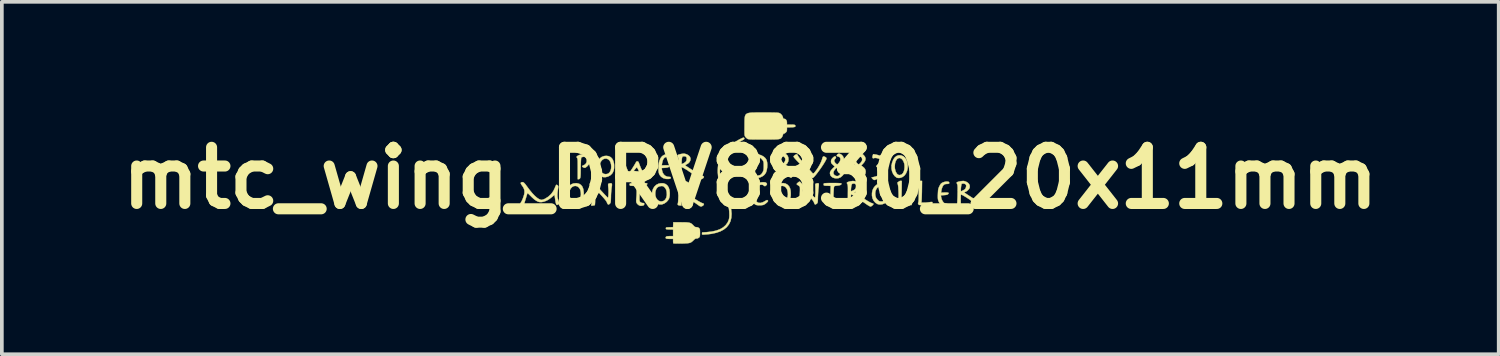
<source format=kicad_pcb>
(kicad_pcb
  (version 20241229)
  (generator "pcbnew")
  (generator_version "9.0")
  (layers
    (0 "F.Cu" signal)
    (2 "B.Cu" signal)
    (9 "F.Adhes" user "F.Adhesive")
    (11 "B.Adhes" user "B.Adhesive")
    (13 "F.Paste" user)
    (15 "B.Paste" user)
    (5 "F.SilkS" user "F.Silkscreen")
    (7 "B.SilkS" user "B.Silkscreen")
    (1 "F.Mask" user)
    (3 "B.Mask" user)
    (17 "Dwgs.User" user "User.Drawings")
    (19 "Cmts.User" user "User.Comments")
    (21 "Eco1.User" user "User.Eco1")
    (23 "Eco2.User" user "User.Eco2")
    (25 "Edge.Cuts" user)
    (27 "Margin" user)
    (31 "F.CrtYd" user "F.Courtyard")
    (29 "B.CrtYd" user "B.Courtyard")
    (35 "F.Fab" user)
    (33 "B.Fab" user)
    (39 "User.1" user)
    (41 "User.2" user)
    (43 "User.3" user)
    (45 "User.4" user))
  (footprint "mtc_wing_DRV8830_20x11mm"
    (layer "F.Cu")
    (at 17.316 1.783)
    (property "Reference" "mtc_wing_DRV8830_20x11mm" (at 0 0 0) (layer "F.SilkS") (effects (font (size 1.524 1.524) (thickness 0.3))))
    (attr through_hole)
    (fp_poly (pts (xy -3.428 0.117) (xy -3.414 0.127) (xy -3.409 0.143) (xy -3.411 0.171) (xy -3.412 0.178) (xy -3.414 0.203) (xy -3.416 0.245) (xy -3.419 0.301) (xy -3.421 0.367) (xy -3.424 0.439) (xy -3.425 0.482) (xy -3.427 0.554) (xy -3.43 0.619) (xy -3.433 0.674) (xy -3.437 0.716) (xy -3.44 0.742) (xy -3.442 0.749) (xy -3.462 0.761) (xy -3.483 0.754) (xy -3.491 0.743) (xy -3.494 0.728) (xy -3.497 0.694) (xy -3.5 0.646) (xy -3.502 0.587) (xy -3.504 0.519) (xy -3.505 0.48) (xy -3.507 0.394) (xy -3.509 0.327) (xy -3.512 0.278) (xy -3.516 0.244) (xy -3.52 0.224) (xy -3.523 0.218) (xy -3.533 0.192) (xy -3.524 0.163) (xy -3.5 0.136) (xy -3.488 0.127) (xy -3.461 0.113) (xy -3.442 0.112) (xy -3.428 0.117)) (stroke (width 0.01) (type solid)) (fill yes) (layer "F.SilkS"))
    (fp_poly (pts (xy 4.112 0.079) (xy 4.109 0.312) (xy 4.107 0.385) (xy 4.106 0.454) (xy 4.104 0.515) (xy 4.102 0.565) (xy 4.1 0.6) (xy 4.1 0.606) (xy 4.094 0.667) (xy 4.171 0.667) (xy 4.222 0.665) (xy 4.277 0.66) (xy 4.315 0.655) (xy 4.352 0.65) (xy 4.38 0.649) (xy 4.392 0.652) (xy 4.395 0.667) (xy 4.39 0.693) (xy 4.388 0.697) (xy 4.376 0.733) (xy 4.203 0.734) (xy 4.03 0.736) (xy 4.016 0.709) (xy 4.008 0.683) (xy 4.015 0.661) (xy 4.015 0.661) (xy 4.02 0.642) (xy 4.023 0.605) (xy 4.025 0.556) (xy 4.026 0.497) (xy 4.026 0.434) (xy 4.024 0.369) (xy 4.021 0.307) (xy 4.018 0.253) (xy 4.013 0.209) (xy 4.008 0.182) (xy 3.993 0.126) (xy 4.025 0.1) (xy 4.059 0.079) (xy 4.084 0.076) (xy 4.112 0.079)) (stroke (width 0.01) (type solid)) (fill yes) (layer "F.SilkS"))
    (fp_poly (pts (xy 4.662 0.079) (xy 4.659 0.307) (xy 4.658 0.379) (xy 4.656 0.448) (xy 4.654 0.51) (xy 4.652 0.561) (xy 4.65 0.596) (xy 4.65 0.601) (xy 4.644 0.667) (xy 4.721 0.667) (xy 4.772 0.665) (xy 4.828 0.66) (xy 4.866 0.655) (xy 4.903 0.65) (xy 4.93 0.649) (xy 4.942 0.652) (xy 4.945 0.667) (xy 4.94 0.693) (xy 4.939 0.697) (xy 4.927 0.733) (xy 4.753 0.734) (xy 4.689 0.735) (xy 4.642 0.734) (xy 4.611 0.733) (xy 4.59 0.73) (xy 4.577 0.726) (xy 4.569 0.719) (xy 4.563 0.711) (xy 4.553 0.688) (xy 4.558 0.669) (xy 4.56 0.666) (xy 4.565 0.647) (xy 4.569 0.61) (xy 4.571 0.561) (xy 4.572 0.502) (xy 4.573 0.439) (xy 4.571 0.374) (xy 4.569 0.313) (xy 4.566 0.258) (xy 4.561 0.215) (xy 4.556 0.19) (xy 4.541 0.132) (xy 4.573 0.103) (xy 4.607 0.08) (xy 4.634 0.076) (xy 4.662 0.079)) (stroke (width 0.01) (type solid)) (fill yes) (layer "F.SilkS"))
    (fp_poly (pts (xy -3.843 -0.594) (xy -3.789 -0.567) (xy -3.747 -0.523) (xy -3.717 -0.463) (xy -3.699 -0.388) (xy -3.696 -0.348) (xy -3.697 -0.268) (xy -3.709 -0.203) (xy -3.734 -0.147) (xy -3.758 -0.113) (xy -3.805 -0.07) (xy -3.863 -0.041) (xy -3.925 -0.025) (xy -3.986 -0.025) (xy -4.038 -0.04) (xy -4.094 -0.078) (xy -4.137 -0.131) (xy -4.166 -0.196) (xy -4.178 -0.272) (xy -4.177 -0.323) (xy -4.174 -0.34) (xy -4.09 -0.34) (xy -4.089 -0.282) (xy -4.074 -0.223) (xy -4.063 -0.2) (xy -4.029 -0.15) (xy -3.986 -0.118) (xy -3.936 -0.106) (xy -3.93 -0.106) (xy -3.892 -0.11) (xy -3.858 -0.12) (xy -3.851 -0.124) (xy -3.817 -0.156) (xy -3.792 -0.202) (xy -3.778 -0.257) (xy -3.774 -0.317) (xy -3.78 -0.376) (xy -3.795 -0.431) (xy -3.821 -0.477) (xy -3.854 -0.508) (xy -3.902 -0.527) (xy -3.948 -0.528) (xy -3.991 -0.512) (xy -4.028 -0.483) (xy -4.058 -0.443) (xy -4.08 -0.395) (xy -4.09 -0.34) (xy -4.174 -0.34) (xy -4.163 -0.404) (xy -4.133 -0.474) (xy -4.089 -0.53) (xy -4.034 -0.572) (xy -3.968 -0.597) (xy -3.907 -0.603) (xy -3.843 -0.594)) (stroke (width 0.01) (type solid)) (fill yes) (layer "F.SilkS"))
    (fp_poly (pts (xy 4.085 -0.616) (xy 4.1 -0.613) (xy 4.157 -0.588) (xy 4.204 -0.546) (xy 4.24 -0.488) (xy 4.264 -0.418) (xy 4.273 -0.348) (xy 4.271 -0.265) (xy 4.254 -0.189) (xy 4.225 -0.123) (xy 4.185 -0.069) (xy 4.135 -0.03) (xy 4.077 -0.007) (xy 4.048 -0.003) (xy 4.013 -0.003) (xy 3.983 -0.008) (xy 3.974 -0.012) (xy 3.919 -0.055) (xy 3.877 -0.113) (xy 3.848 -0.181) (xy 3.833 -0.257) (xy 3.833 -0.335) (xy 3.921 -0.335) (xy 3.924 -0.264) (xy 3.939 -0.197) (xy 3.951 -0.166) (xy 3.98 -0.117) (xy 4.015 -0.088) (xy 4.054 -0.08) (xy 4.098 -0.093) (xy 4.114 -0.102) (xy 4.143 -0.132) (xy 4.166 -0.177) (xy 4.182 -0.233) (xy 4.188 -0.295) (xy 4.186 -0.358) (xy 4.176 -0.406) (xy 4.153 -0.464) (xy 4.123 -0.507) (xy 4.088 -0.534) (xy 4.051 -0.545) (xy 4.013 -0.537) (xy 3.979 -0.511) (xy 3.949 -0.463) (xy 3.93 -0.403) (xy 3.921 -0.335) (xy 3.833 -0.335) (xy 3.833 -0.337) (xy 3.849 -0.418) (xy 3.88 -0.496) (xy 3.882 -0.501) (xy 3.922 -0.559) (xy 3.97 -0.598) (xy 4.024 -0.617) (xy 4.085 -0.616)) (stroke (width 0.01) (type solid)) (fill yes) (layer "F.SilkS"))
    (fp_poly (pts (xy -2.361 0.142) (xy -2.301 0.162) (xy -2.254 0.198) (xy -2.218 0.251) (xy -2.195 0.319) (xy -2.186 0.402) (xy -2.186 0.413) (xy -2.189 0.486) (xy -2.202 0.545) (xy -2.226 0.594) (xy -2.263 0.637) (xy -2.275 0.649) (xy -2.336 0.692) (xy -2.398 0.715) (xy -2.462 0.717) (xy -2.527 0.698) (xy -2.537 0.693) (xy -2.594 0.653) (xy -2.636 0.601) (xy -2.661 0.534) (xy -2.67 0.455) (xy -2.666 0.409) (xy -2.58 0.409) (xy -2.577 0.474) (xy -2.56 0.531) (xy -2.532 0.578) (xy -2.494 0.612) (xy -2.451 0.632) (xy -2.403 0.635) (xy -2.353 0.62) (xy -2.341 0.614) (xy -2.305 0.579) (xy -2.279 0.53) (xy -2.266 0.468) (xy -2.265 0.439) (xy -2.27 0.37) (xy -2.284 0.315) (xy -2.311 0.269) (xy -2.323 0.256) (xy -2.346 0.233) (xy -2.367 0.221) (xy -2.395 0.217) (xy -2.415 0.217) (xy -2.473 0.226) (xy -2.518 0.252) (xy -2.552 0.295) (xy -2.573 0.355) (xy -2.58 0.409) (xy -2.666 0.409) (xy -2.663 0.37) (xy -2.641 0.296) (xy -2.604 0.234) (xy -2.554 0.186) (xy -2.492 0.154) (xy -2.43 0.141) (xy -2.361 0.142)) (stroke (width 0.01) (type solid)) (fill yes) (layer "F.SilkS"))
    (fp_poly (pts (xy -2.209 -0.642) (xy -2.188 -0.631) (xy -2.18 -0.611) (xy -2.18 -0.609) (xy -2.182 -0.595) (xy -2.192 -0.587) (xy -2.213 -0.583) (xy -2.244 -0.58) (xy -2.292 -0.571) (xy -2.33 -0.551) (xy -2.358 -0.517) (xy -2.379 -0.468) (xy -2.395 -0.4) (xy -2.397 -0.386) (xy -2.403 -0.344) (xy -2.306 -0.347) (xy -2.25 -0.348) (xy -2.214 -0.345) (xy -2.196 -0.337) (xy -2.194 -0.324) (xy -2.208 -0.306) (xy -2.225 -0.294) (xy -2.249 -0.286) (xy -2.286 -0.281) (xy -2.317 -0.278) (xy -2.405 -0.272) (xy -2.398 -0.218) (xy -2.38 -0.151) (xy -2.348 -0.097) (xy -2.303 -0.058) (xy -2.248 -0.036) (xy -2.204 -0.032) (xy -2.175 -0.03) (xy -2.162 -0.024) (xy -2.159 -0.011) (xy -2.163 0.008) (xy -2.167 0.014) (xy -2.192 0.021) (xy -2.229 0.025) (xy -2.271 0.024) (xy -2.298 0.021) (xy -2.367 0.000395) (xy -2.421 -0.036) (xy -2.462 -0.087) (xy -2.478 -0.124) (xy -2.488 -0.167) (xy -2.492 -0.225) (xy -2.492 -0.29) (xy -2.488 -0.357) (xy -2.479 -0.419) (xy -2.466 -0.47) (xy -2.435 -0.541) (xy -2.394 -0.593) (xy -2.343 -0.627) (xy -2.281 -0.644) (xy -2.249 -0.646) (xy -2.209 -0.642)) (stroke (width 0.01) (type solid)) (fill yes) (layer "F.SilkS"))
    (fp_poly (pts (xy 0.96 0.151) (xy 1.011 0.181) (xy 1.02 0.189) (xy 1.056 0.231) (xy 1.08 0.281) (xy 1.094 0.342) (xy 1.098 0.392) (xy 1.099 0.464) (xy 1.091 0.522) (xy 1.073 0.571) (xy 1.044 0.616) (xy 0.997 0.663) (xy 0.94 0.697) (xy 0.878 0.715) (xy 0.815 0.717) (xy 0.757 0.701) (xy 0.756 0.7) (xy 0.702 0.664) (xy 0.661 0.614) (xy 0.633 0.554) (xy 0.618 0.488) (xy 0.617 0.452) (xy 0.705 0.452) (xy 0.719 0.513) (xy 0.748 0.568) (xy 0.784 0.607) (xy 0.824 0.629) (xy 0.872 0.635) (xy 0.92 0.627) (xy 0.942 0.617) (xy 0.966 0.597) (xy 0.989 0.567) (xy 0.996 0.557) (xy 1.013 0.509) (xy 1.021 0.451) (xy 1.018 0.388) (xy 1.006 0.329) (xy 0.997 0.305) (xy 0.967 0.257) (xy 0.927 0.226) (xy 0.881 0.212) (xy 0.832 0.217) (xy 0.793 0.236) (xy 0.75 0.277) (xy 0.721 0.329) (xy 0.706 0.389) (xy 0.705 0.452) (xy 0.617 0.452) (xy 0.616 0.418) (xy 0.627 0.349) (xy 0.653 0.283) (xy 0.692 0.225) (xy 0.719 0.199) (xy 0.776 0.162) (xy 0.838 0.141) (xy 0.9 0.137) (xy 0.96 0.151)) (stroke (width 0.01) (type solid)) (fill yes) (layer "F.SilkS"))
    (fp_poly (pts (xy 2.322 0.135) (xy 2.377 0.137) (xy 2.423 0.139) (xy 2.456 0.142) (xy 2.473 0.146) (xy 2.474 0.147) (xy 2.472 0.169) (xy 2.45 0.187) (xy 2.409 0.2) (xy 2.361 0.206) (xy 2.319 0.21) (xy 2.294 0.215) (xy 2.281 0.221) (xy 2.274 0.233) (xy 2.271 0.246) (xy 2.268 0.268) (xy 2.265 0.306) (xy 2.262 0.357) (xy 2.259 0.415) (xy 2.258 0.451) (xy 2.251 0.622) (xy 2.279 0.65) (xy 2.308 0.671) (xy 2.344 0.677) (xy 2.349 0.677) (xy 2.377 0.679) (xy 2.39 0.687) (xy 2.392 0.696) (xy 2.382 0.725) (xy 2.357 0.745) (xy 2.32 0.754) (xy 2.281 0.751) (xy 2.229 0.731) (xy 2.193 0.697) (xy 2.188 0.689) (xy 2.182 0.677) (xy 2.178 0.659) (xy 2.176 0.633) (xy 2.175 0.597) (xy 2.175 0.546) (xy 2.176 0.479) (xy 2.177 0.437) (xy 2.183 0.213) (xy 2.089 0.209) (xy 2.044 0.208) (xy 2.016 0.205) (xy 2.001 0.2) (xy 1.994 0.193) (xy 1.991 0.181) (xy 1.993 0.158) (xy 1.998 0.146) (xy 2.012 0.142) (xy 2.043 0.139) (xy 2.087 0.137) (xy 2.141 0.135) (xy 2.2 0.135) (xy 2.262 0.135) (xy 2.322 0.135)) (stroke (width 0.01) (type solid)) (fill yes) (layer "F.SilkS"))
    (fp_poly (pts (xy -4.71 0.14) (xy -4.646 0.155) (xy -4.596 0.187) (xy -4.558 0.235) (xy -4.533 0.301) (xy -4.522 0.383) (xy -4.521 0.391) (xy -4.521 0.464) (xy -4.529 0.522) (xy -4.547 0.571) (xy -4.575 0.616) (xy -4.624 0.664) (xy -4.683 0.698) (xy -4.747 0.715) (xy -4.812 0.715) (xy -4.852 0.705) (xy -4.905 0.675) (xy -4.948 0.628) (xy -4.98 0.57) (xy -5 0.502) (xy -5.004 0.432) (xy -4.916 0.432) (xy -4.905 0.499) (xy -4.876 0.559) (xy -4.847 0.595) (xy -4.821 0.619) (xy -4.797 0.631) (xy -4.769 0.635) (xy -4.757 0.635) (xy -4.72 0.631) (xy -4.686 0.622) (xy -4.678 0.617) (xy -4.654 0.597) (xy -4.63 0.567) (xy -4.623 0.557) (xy -4.606 0.51) (xy -4.598 0.452) (xy -4.6 0.391) (xy -4.61 0.333) (xy -4.624 0.299) (xy -4.657 0.252) (xy -4.699 0.224) (xy -4.745 0.213) (xy -4.793 0.219) (xy -4.837 0.243) (xy -4.876 0.285) (xy -4.886 0.301) (xy -4.91 0.365) (xy -4.916 0.432) (xy -5.004 0.432) (xy -5.004 0.429) (xy -5.003 0.419) (xy -4.988 0.338) (xy -4.958 0.269) (xy -4.915 0.213) (xy -4.861 0.171) (xy -4.797 0.146) (xy -4.726 0.139) (xy -4.71 0.14)) (stroke (width 0.01) (type solid)) (fill yes) (layer "F.SilkS"))
    (fp_poly (pts (xy 3.619 0.143) (xy 3.675 0.166) (xy 3.722 0.206) (xy 3.757 0.261) (xy 3.779 0.332) (xy 3.787 0.39) (xy 3.787 0.461) (xy 3.777 0.519) (xy 3.756 0.573) (xy 3.737 0.605) (xy 3.696 0.652) (xy 3.644 0.688) (xy 3.585 0.711) (xy 3.524 0.718) (xy 3.466 0.71) (xy 3.45 0.703) (xy 3.393 0.667) (xy 3.349 0.615) (xy 3.318 0.552) (xy 3.303 0.48) (xy 3.303 0.413) (xy 3.39 0.413) (xy 3.395 0.476) (xy 3.397 0.484) (xy 3.41 0.529) (xy 3.432 0.564) (xy 3.455 0.59) (xy 3.483 0.616) (xy 3.504 0.629) (xy 3.529 0.634) (xy 3.554 0.635) (xy 3.592 0.633) (xy 3.619 0.622) (xy 3.645 0.603) (xy 3.674 0.57) (xy 3.693 0.533) (xy 3.702 0.484) (xy 3.703 0.422) (xy 3.702 0.409) (xy 3.695 0.343) (xy 3.68 0.293) (xy 3.657 0.257) (xy 3.627 0.232) (xy 3.579 0.213) (xy 3.532 0.213) (xy 3.489 0.229) (xy 3.45 0.26) (xy 3.42 0.302) (xy 3.399 0.354) (xy 3.39 0.413) (xy 3.303 0.413) (xy 3.304 0.402) (xy 3.318 0.331) (xy 3.344 0.274) (xy 3.384 0.221) (xy 3.433 0.179) (xy 3.483 0.153) (xy 3.555 0.138) (xy 3.619 0.143)) (stroke (width 0.01) (type solid)) (fill yes) (layer "F.SilkS"))
    (fp_poly (pts (xy -4.461 -0.63) (xy -4.409 -0.604) (xy -4.372 -0.566) (xy -4.358 -0.541) (xy -4.351 -0.515) (xy -4.351 -0.48) (xy -4.352 -0.467) (xy -4.363 -0.41) (xy -4.389 -0.361) (xy -4.432 -0.315) (xy -4.451 -0.301) (xy -4.475 -0.283) (xy -4.493 -0.278) (xy -4.515 -0.283) (xy -4.527 -0.287) (xy -4.556 -0.303) (xy -4.565 -0.319) (xy -4.554 -0.334) (xy -4.535 -0.342) (xy -4.487 -0.367) (xy -4.455 -0.404) (xy -4.439 -0.45) (xy -4.442 -0.502) (xy -4.445 -0.513) (xy -4.466 -0.553) (xy -4.496 -0.574) (xy -4.535 -0.577) (xy -4.55 -0.573) (xy -4.59 -0.561) (xy -4.597 -0.48) (xy -4.599 -0.441) (xy -4.601 -0.387) (xy -4.603 -0.324) (xy -4.604 -0.255) (xy -4.604 -0.213) (xy -4.605 -0.135) (xy -4.607 -0.076) (xy -4.611 -0.033) (xy -4.617 -0.003) (xy -4.627 0.015) (xy -4.641 0.026) (xy -4.657 0.03) (xy -4.683 0.033) (xy -4.683 -0.247) (xy -4.683 -0.332) (xy -4.684 -0.398) (xy -4.684 -0.448) (xy -4.686 -0.485) (xy -4.688 -0.51) (xy -4.692 -0.528) (xy -4.696 -0.539) (xy -4.702 -0.547) (xy -4.703 -0.549) (xy -4.715 -0.567) (xy -4.712 -0.584) (xy -4.692 -0.6) (xy -4.655 -0.62) (xy -4.643 -0.625) (xy -4.582 -0.642) (xy -4.52 -0.643) (xy -4.461 -0.63)) (stroke (width 0.01) (type solid)) (fill yes) (layer "F.SilkS"))
    (fp_poly (pts (xy -2.946 0.135) (xy -2.885 0.136) (xy -2.842 0.138) (xy -2.814 0.142) (xy -2.799 0.148) (xy -2.794 0.156) (xy -2.799 0.167) (xy -2.809 0.179) (xy -2.827 0.191) (xy -2.858 0.2) (xy -2.906 0.206) (xy -2.91 0.206) (xy -2.993 0.214) (xy -2.999 0.279) (xy -3.001 0.314) (xy -3.004 0.364) (xy -3.006 0.421) (xy -3.007 0.48) (xy -3.008 0.536) (xy -3.008 0.582) (xy -3.007 0.611) (xy -2.996 0.642) (xy -2.968 0.665) (xy -2.931 0.677) (xy -2.919 0.677) (xy -2.893 0.679) (xy -2.881 0.686) (xy -2.879 0.703) (xy -2.883 0.726) (xy -2.89 0.736) (xy -2.92 0.748) (xy -2.958 0.754) (xy -2.984 0.753) (xy -3.024 0.738) (xy -3.061 0.709) (xy -3.086 0.676) (xy -3.092 0.66) (xy -3.096 0.64) (xy -3.097 0.612) (xy -3.095 0.572) (xy -3.09 0.516) (xy -3.086 0.455) (xy -3.084 0.391) (xy -3.085 0.333) (xy -3.086 0.299) (xy -3.093 0.212) (xy -3.181 0.212) (xy -3.224 0.211) (xy -3.25 0.209) (xy -3.265 0.204) (xy -3.271 0.196) (xy -3.274 0.188) (xy -3.277 0.171) (xy -3.275 0.159) (xy -3.265 0.149) (xy -3.245 0.143) (xy -3.213 0.139) (xy -3.167 0.136) (xy -3.104 0.135) (xy -3.026 0.135) (xy -2.946 0.135)) (stroke (width 0.01) (type solid)) (fill yes) (layer "F.SilkS"))
    (fp_poly (pts (xy 0.384 0.114) (xy 0.411 0.118) (xy 0.43 0.129) (xy 0.433 0.131) (xy 0.451 0.154) (xy 0.451 0.174) (xy 0.433 0.197) (xy 0.431 0.199) (xy 0.406 0.218) (xy 0.388 0.219) (xy 0.368 0.204) (xy 0.365 0.201) (xy 0.336 0.184) (xy 0.297 0.18) (xy 0.254 0.189) (xy 0.21 0.209) (xy 0.171 0.238) (xy 0.155 0.257) (xy 0.116 0.322) (xy 0.093 0.393) (xy 0.088 0.464) (xy 0.099 0.531) (xy 0.106 0.548) (xy 0.133 0.596) (xy 0.168 0.637) (xy 0.207 0.665) (xy 0.228 0.673) (xy 0.28 0.675) (xy 0.339 0.658) (xy 0.394 0.629) (xy 0.428 0.609) (xy 0.449 0.599) (xy 0.462 0.599) (xy 0.472 0.605) (xy 0.474 0.607) (xy 0.482 0.617) (xy 0.48 0.629) (xy 0.468 0.646) (xy 0.444 0.67) (xy 0.404 0.703) (xy 0.365 0.725) (xy 0.355 0.729) (xy 0.309 0.737) (xy 0.257 0.74) (xy 0.206 0.738) (xy 0.163 0.731) (xy 0.143 0.723) (xy 0.089 0.685) (xy 0.046 0.636) (xy 0.024 0.593) (xy 0.012 0.547) (xy 0.007 0.489) (xy 0.007 0.428) (xy 0.014 0.371) (xy 0.02 0.344) (xy 0.053 0.274) (xy 0.101 0.213) (xy 0.161 0.163) (xy 0.229 0.129) (xy 0.235 0.127) (xy 0.267 0.12) (xy 0.31 0.115) (xy 0.342 0.113) (xy 0.384 0.114)) (stroke (width 0.01) (type solid)) (fill yes) (layer "F.SilkS"))
    (fp_poly (pts (xy 5.362 0.096) (xy 5.388 0.105) (xy 5.396 0.114) (xy 5.402 0.138) (xy 5.391 0.152) (xy 5.361 0.158) (xy 5.35 0.159) (xy 5.314 0.161) (xy 5.282 0.167) (xy 5.276 0.169) (xy 5.244 0.192) (xy 5.217 0.234) (xy 5.196 0.294) (xy 5.183 0.36) (xy 5.177 0.397) (xy 5.273 0.393) (xy 5.329 0.393) (xy 5.365 0.396) (xy 5.382 0.404) (xy 5.383 0.418) (xy 5.369 0.435) (xy 5.353 0.447) (xy 5.329 0.455) (xy 5.292 0.46) (xy 5.26 0.463) (xy 5.173 0.469) (xy 5.18 0.518) (xy 5.194 0.572) (xy 5.217 0.623) (xy 5.245 0.662) (xy 5.268 0.68) (xy 5.298 0.693) (xy 5.338 0.703) (xy 5.359 0.706) (xy 5.398 0.713) (xy 5.421 0.724) (xy 5.424 0.739) (xy 5.415 0.749) (xy 5.387 0.761) (xy 5.343 0.765) (xy 5.29 0.762) (xy 5.286 0.762) (xy 5.221 0.746) (xy 5.171 0.718) (xy 5.133 0.675) (xy 5.106 0.619) (xy 5.098 0.594) (xy 5.093 0.565) (xy 5.091 0.527) (xy 5.091 0.475) (xy 5.092 0.437) (xy 5.095 0.378) (xy 5.098 0.335) (xy 5.103 0.302) (xy 5.111 0.275) (xy 5.122 0.246) (xy 5.126 0.238) (xy 5.144 0.202) (xy 5.162 0.171) (xy 5.173 0.155) (xy 5.202 0.132) (xy 5.24 0.114) (xy 5.283 0.101) (xy 5.326 0.095) (xy 5.362 0.096)) (stroke (width 0.01) (type solid)) (fill yes) (layer "F.SilkS"))
    (fp_poly (pts (xy 1.278 -0.636) (xy 1.287 -0.618) (xy 1.299 -0.593) (xy 1.325 -0.555) (xy 1.363 -0.504) (xy 1.414 -0.443) (xy 1.475 -0.372) (xy 1.528 -0.313) (xy 1.569 -0.268) (xy 1.608 -0.225) (xy 1.641 -0.188) (xy 1.665 -0.161) (xy 1.67 -0.155) (xy 1.687 -0.136) (xy 1.701 -0.126) (xy 1.715 -0.126) (xy 1.732 -0.138) (xy 1.754 -0.164) (xy 1.785 -0.205) (xy 1.797 -0.22) (xy 1.842 -0.287) (xy 1.883 -0.358) (xy 1.918 -0.429) (xy 1.943 -0.493) (xy 1.95 -0.517) (xy 1.962 -0.558) (xy 1.975 -0.581) (xy 1.991 -0.588) (xy 2.015 -0.582) (xy 2.029 -0.575) (xy 2.057 -0.557) (xy 2.068 -0.538) (xy 2.068 -0.533) (xy 2.062 -0.51) (xy 2.044 -0.474) (xy 2.018 -0.428) (xy 1.985 -0.375) (xy 1.947 -0.317) (xy 1.906 -0.257) (xy 1.863 -0.198) (xy 1.821 -0.141) (xy 1.782 -0.091) (xy 1.747 -0.05) (xy 1.718 -0.019) (xy 1.697 -0.003) (xy 1.69 -0.001) (xy 1.668 -0.005) (xy 1.664 -0.007) (xy 1.652 -0.02) (xy 1.651 -0.026) (xy 1.644 -0.04) (xy 1.625 -0.068) (xy 1.595 -0.105) (xy 1.558 -0.151) (xy 1.514 -0.203) (xy 1.467 -0.257) (xy 1.417 -0.312) (xy 1.369 -0.365) (xy 1.322 -0.414) (xy 1.299 -0.437) (xy 1.255 -0.482) (xy 1.219 -0.522) (xy 1.192 -0.554) (xy 1.177 -0.575) (xy 1.175 -0.581) (xy 1.184 -0.599) (xy 1.205 -0.619) (xy 1.232 -0.636) (xy 1.258 -0.645) (xy 1.263 -0.646) (xy 1.278 -0.636)) (stroke (width 0.01) (type solid)) (fill yes) (layer "F.SilkS"))
    (fp_poly (pts (xy 3.387 -0.641) (xy 3.426 -0.634) (xy 3.474 -0.621) (xy 3.526 -0.606) (xy 3.573 -0.59) (xy 3.611 -0.574) (xy 3.627 -0.565) (xy 3.646 -0.547) (xy 3.65 -0.523) (xy 3.638 -0.492) (xy 3.611 -0.45) (xy 3.593 -0.427) (xy 3.567 -0.392) (xy 3.547 -0.362) (xy 3.536 -0.341) (xy 3.535 -0.337) (xy 3.542 -0.321) (xy 3.562 -0.297) (xy 3.581 -0.279) (xy 3.609 -0.252) (xy 3.631 -0.226) (xy 3.64 -0.213) (xy 3.648 -0.177) (xy 3.637 -0.136) (xy 3.609 -0.092) (xy 3.583 -0.065) (xy 3.552 -0.041) (xy 3.512 -0.014) (xy 3.468 0.012) (xy 3.425 0.033) (xy 3.39 0.048) (xy 3.368 0.053) (xy 3.348 0.046) (xy 3.324 0.028) (xy 3.32 0.023) (xy 3.302 0.003) (xy 3.292 -0.011) (xy 3.291 -0.013) (xy 3.301 -0.018) (xy 3.325 -0.024) (xy 3.342 -0.027) (xy 3.406 -0.042) (xy 3.462 -0.065) (xy 3.506 -0.096) (xy 3.534 -0.131) (xy 3.545 -0.168) (xy 3.545 -0.17) (xy 3.542 -0.189) (xy 3.528 -0.21) (xy 3.502 -0.237) (xy 3.482 -0.256) (xy 3.452 -0.283) (xy 3.43 -0.305) (xy 3.419 -0.318) (xy 3.418 -0.319) (xy 3.425 -0.33) (xy 3.442 -0.352) (xy 3.467 -0.38) (xy 3.469 -0.383) (xy 3.509 -0.428) (xy 3.537 -0.465) (xy 3.553 -0.49) (xy 3.556 -0.499) (xy 3.547 -0.506) (xy 3.522 -0.517) (xy 3.488 -0.528) (xy 3.451 -0.538) (xy 3.417 -0.545) (xy 3.385 -0.547) (xy 3.359 -0.542) (xy 3.357 -0.541) (xy 3.334 -0.536) (xy 3.32 -0.547) (xy 3.316 -0.574) (xy 3.322 -0.605) (xy 3.335 -0.648) (xy 3.387 -0.641)) (stroke (width 0.01) (type solid)) (fill yes) (layer "F.SilkS"))
    (fp_poly (pts (xy -1.797 1.202) (xy -1.734 1.203) (xy -1.685 1.208) (xy -1.647 1.215) (xy -1.616 1.226) (xy -1.59 1.243) (xy -1.566 1.265) (xy -1.542 1.29) (xy -1.516 1.316) (xy -1.494 1.329) (xy -1.468 1.333) (xy -1.46 1.333) (xy -1.422 1.339) (xy -1.392 1.358) (xy -1.391 1.359) (xy -1.379 1.373) (xy -1.371 1.389) (xy -1.367 1.411) (xy -1.366 1.444) (xy -1.365 1.487) (xy -1.366 1.535) (xy -1.368 1.567) (xy -1.372 1.587) (xy -1.38 1.602) (xy -1.391 1.614) (xy -1.424 1.636) (xy -1.457 1.64) (xy -1.483 1.643) (xy -1.506 1.655) (xy -1.532 1.679) (xy -1.539 1.686) (xy -1.567 1.713) (xy -1.592 1.734) (xy -1.619 1.75) (xy -1.651 1.761) (xy -1.691 1.768) (xy -1.743 1.772) (xy -1.809 1.775) (xy -1.874 1.776) (xy -1.938 1.777) (xy -1.995 1.776) (xy -2.041 1.776) (xy -2.073 1.774) (xy -2.087 1.772) (xy -2.088 1.772) (xy -2.092 1.757) (xy -2.095 1.729) (xy -2.095 1.707) (xy -2.095 1.651) (xy -2.179 1.651) (xy -2.232 1.65) (xy -2.266 1.647) (xy -2.287 1.64) (xy -2.295 1.629) (xy -2.297 1.62) (xy -2.292 1.6) (xy -2.278 1.587) (xy -2.249 1.58) (xy -2.204 1.577) (xy -2.183 1.577) (xy -2.095 1.577) (xy -2.095 1.398) (xy -2.193 1.395) (xy -2.239 1.393) (xy -2.268 1.391) (xy -2.283 1.387) (xy -2.29 1.38) (xy -2.291 1.368) (xy -2.291 1.365) (xy -2.29 1.353) (xy -2.285 1.345) (xy -2.272 1.34) (xy -2.246 1.338) (xy -2.204 1.336) (xy -2.194 1.336) (xy -2.096 1.333) (xy -2.093 1.267) (xy -2.09 1.201) (xy -1.879 1.201) (xy -1.797 1.202)) (stroke (width 0.01) (type solid)) (fill yes) (layer "F.SilkS"))
    (fp_poly (pts (xy 0.238 -0.638) (xy 0.301 -0.616) (xy 0.359 -0.584) (xy 0.406 -0.543) (xy 0.438 -0.496) (xy 0.44 -0.491) (xy 0.456 -0.434) (xy 0.462 -0.364) (xy 0.459 -0.29) (xy 0.447 -0.217) (xy 0.427 -0.154) (xy 0.419 -0.138) (xy 0.382 -0.087) (xy 0.328 -0.046) (xy 0.262 -0.016) (xy 0.187 0.003) (xy 0.107 0.008) (xy 0.05 0.003) (xy 0.022 -0.008) (xy 0.013 -0.026) (xy 0.024 -0.05) (xy 0.027 -0.053) (xy 0.033 -0.063) (xy 0.038 -0.077) (xy 0.042 -0.098) (xy 0.044 -0.131) (xy 0.045 -0.177) (xy 0.046 -0.196) (xy 0.129 -0.196) (xy 0.129 -0.143) (xy 0.13 -0.103) (xy 0.131 -0.08) (xy 0.132 -0.076) (xy 0.146 -0.067) (xy 0.173 -0.064) (xy 0.208 -0.067) (xy 0.244 -0.074) (xy 0.274 -0.086) (xy 0.284 -0.091) (xy 0.305 -0.113) (xy 0.328 -0.145) (xy 0.339 -0.165) (xy 0.351 -0.191) (xy 0.359 -0.217) (xy 0.363 -0.247) (xy 0.365 -0.288) (xy 0.365 -0.33) (xy 0.365 -0.381) (xy 0.363 -0.415) (xy 0.359 -0.44) (xy 0.351 -0.459) (xy 0.339 -0.479) (xy 0.333 -0.488) (xy 0.296 -0.529) (xy 0.253 -0.559) (xy 0.209 -0.575) (xy 0.168 -0.574) (xy 0.132 -0.565) (xy 0.129 -0.328) (xy 0.129 -0.258) (xy 0.129 -0.196) (xy 0.046 -0.196) (xy 0.046 -0.24) (xy 0.046 -0.272) (xy 0.046 -0.357) (xy 0.045 -0.423) (xy 0.043 -0.473) (xy 0.038 -0.509) (xy 0.032 -0.532) (xy 0.023 -0.546) (xy 0.011 -0.553) (xy 0.009 -0.554) (xy -0.008 -0.566) (xy -0.009 -0.579) (xy 0.003 -0.592) (xy 0.03 -0.608) (xy 0.068 -0.623) (xy 0.11 -0.635) (xy 0.151 -0.643) (xy 0.175 -0.645) (xy 0.238 -0.638)) (stroke (width 0.01) (type solid)) (fill yes) (layer "F.SilkS"))
    (fp_poly (pts (xy -0.172 -1.094) (xy -0.169 -1.09) (xy -0.161 -1.074) (xy -0.163 -1.061) (xy -0.177 -1.047) (xy -0.205 -1.03) (xy -0.241 -1.012) (xy -0.378 -0.935) (xy -0.498 -0.85) (xy -0.6 -0.756) (xy -0.685 -0.655) (xy -0.75 -0.547) (xy -0.791 -0.447) (xy -0.808 -0.378) (xy -0.819 -0.296) (xy -0.825 -0.206) (xy -0.824 -0.118) (xy -0.816 -0.037) (xy -0.815 -0.034) (xy -0.797 0.053) (xy -0.768 0.152) (xy -0.73 0.26) (xy -0.685 0.371) (xy -0.661 0.423) (xy -0.596 0.577) (xy -0.549 0.719) (xy -0.52 0.85) (xy -0.508 0.969) (xy -0.515 1.077) (xy -0.539 1.174) (xy -0.581 1.259) (xy -0.64 1.333) (xy -0.718 1.396) (xy -0.813 1.447) (xy -0.926 1.486) (xy -1.056 1.514) (xy -1.126 1.523) (xy -1.176 1.528) (xy -1.223 1.532) (xy -1.259 1.534) (xy -1.27 1.535) (xy -1.298 1.534) (xy -1.31 1.528) (xy -1.311 1.513) (xy -1.31 1.505) (xy -1.307 1.476) (xy -1.191 1.469) (xy -1.051 1.454) (xy -0.929 1.428) (xy -0.824 1.39) (xy -0.737 1.34) (xy -0.668 1.279) (xy -0.615 1.206) (xy -0.592 1.155) (xy -0.579 1.117) (xy -0.572 1.077) (xy -0.568 1.027) (xy -0.568 0.99) (xy -0.571 0.909) (xy -0.581 0.829) (xy -0.599 0.747) (xy -0.627 0.658) (xy -0.664 0.56) (xy -0.713 0.449) (xy -0.721 0.432) (xy -0.778 0.301) (xy -0.822 0.181) (xy -0.853 0.069) (xy -0.873 -0.039) (xy -0.882 -0.146) (xy -0.883 -0.201) (xy -0.879 -0.296) (xy -0.869 -0.377) (xy -0.851 -0.451) (xy -0.824 -0.524) (xy -0.804 -0.566) (xy -0.738 -0.68) (xy -0.656 -0.784) (xy -0.556 -0.879) (xy -0.439 -0.965) (xy -0.302 -1.045) (xy -0.272 -1.06) (xy -0.228 -1.081) (xy -0.2 -1.093) (xy -0.182 -1.097) (xy -0.172 -1.094)) (stroke (width 0.01) (type solid)) (fill yes) (layer "F.SilkS"))
    (fp_poly (pts (xy 3.034 -0.654) (xy 3.073 -0.628) (xy 3.078 -0.623) (xy 3.113 -0.579) (xy 3.128 -0.533) (xy 3.123 -0.486) (xy 3.097 -0.436) (xy 3.06 -0.391) (xy 3.01 -0.339) (xy 3.05 -0.312) (xy 3.097 -0.27) (xy 3.125 -0.221) (xy 3.133 -0.171) (xy 3.123 -0.113) (xy 3.097 -0.065) (xy 3.056 -0.027) (xy 3.003 -0.002) (xy 2.941 0.008) (xy 2.872 0.003) (xy 2.859 -0.000031) (xy 2.827 -0.013) (xy 2.796 -0.035) (xy 2.792 -0.04) (xy 2.764 -0.081) (xy 2.754 -0.128) (xy 2.754 -0.129) (xy 2.848 -0.129) (xy 2.86 -0.094) (xy 2.887 -0.068) (xy 2.929 -0.055) (xy 2.949 -0.053) (xy 2.984 -0.061) (xy 3.014 -0.084) (xy 3.036 -0.111) (xy 3.051 -0.138) (xy 3.052 -0.143) (xy 3.051 -0.176) (xy 3.033 -0.213) (xy 3.003 -0.247) (xy 2.978 -0.265) (xy 2.941 -0.288) (xy 2.909 -0.258) (xy 2.872 -0.214) (xy 2.852 -0.17) (xy 2.848 -0.129) (xy 2.754 -0.129) (xy 2.763 -0.178) (xy 2.789 -0.226) (xy 2.832 -0.271) (xy 2.84 -0.277) (xy 2.886 -0.313) (xy 2.836 -0.357) (xy 2.798 -0.398) (xy 2.78 -0.436) (xy 2.78 -0.476) (xy 2.79 -0.504) (xy 2.812 -0.538) (xy 2.841 -0.566) (xy 2.871 -0.584) (xy 2.896 -0.588) (xy 2.899 -0.588) (xy 2.917 -0.578) (xy 2.918 -0.563) (xy 2.904 -0.539) (xy 2.895 -0.527) (xy 2.872 -0.488) (xy 2.87 -0.45) (xy 2.89 -0.413) (xy 2.901 -0.401) (xy 2.923 -0.381) (xy 2.94 -0.373) (xy 2.955 -0.377) (xy 2.975 -0.394) (xy 3.003 -0.426) (xy 3.03 -0.466) (xy 3.037 -0.501) (xy 3.031 -0.538) (xy 3.013 -0.567) (xy 2.989 -0.581) (xy 2.981 -0.582) (xy 2.955 -0.587) (xy 2.943 -0.592) (xy 2.933 -0.602) (xy 2.936 -0.618) (xy 2.941 -0.628) (xy 2.965 -0.654) (xy 2.997 -0.662) (xy 3.034 -0.654)) (stroke (width 0.01) (type solid)) (fill yes) (layer "F.SilkS"))
    (fp_poly (pts (xy -1.781 0.08) (xy -1.779 0.08) (xy -1.723 0.097) (xy -1.676 0.125) (xy -1.642 0.162) (xy -1.624 0.205) (xy -1.623 0.246) (xy -1.643 0.295) (xy -1.679 0.338) (xy -1.726 0.367) (xy -1.751 0.379) (xy -1.766 0.39) (xy -1.767 0.392) (xy -1.759 0.401) (xy -1.737 0.417) (xy -1.704 0.44) (xy -1.68 0.456) (xy -1.586 0.516) (xy -1.508 0.565) (xy -1.444 0.605) (xy -1.394 0.635) (xy -1.354 0.657) (xy -1.325 0.672) (xy -1.305 0.68) (xy -1.297 0.682) (xy -1.268 0.693) (xy -1.259 0.711) (xy -1.27 0.734) (xy -1.287 0.751) (xy -1.324 0.77) (xy -1.359 0.768) (xy -1.386 0.753) (xy -1.497 0.674) (xy -1.592 0.608) (xy -1.671 0.555) (xy -1.736 0.512) (xy -1.787 0.481) (xy -1.826 0.46) (xy -1.851 0.45) (xy -1.876 0.442) (xy -1.868 0.746) (xy -1.907 0.745) (xy -1.947 0.739) (xy -1.968 0.725) (xy -1.97 0.701) (xy -1.966 0.69) (xy -1.962 0.67) (xy -1.958 0.631) (xy -1.955 0.577) (xy -1.952 0.51) (xy -1.95 0.434) (xy -1.948 0.358) (xy -1.948 0.336) (xy -1.865 0.336) (xy -1.863 0.353) (xy -1.858 0.359) (xy -1.854 0.36) (xy -1.843 0.355) (xy -1.82 0.343) (xy -1.799 0.332) (xy -1.758 0.304) (xy -1.735 0.271) (xy -1.726 0.228) (xy -1.725 0.212) (xy -1.731 0.177) (xy -1.751 0.156) (xy -1.786 0.149) (xy -1.796 0.148) (xy -1.822 0.151) (xy -1.839 0.159) (xy -1.85 0.178) (xy -1.857 0.211) (xy -1.861 0.259) (xy -1.865 0.306) (xy -1.865 0.336) (xy -1.948 0.336) (xy -1.948 0.299) (xy -1.948 0.256) (xy -1.95 0.224) (xy -1.953 0.202) (xy -1.958 0.186) (xy -1.963 0.173) (xy -1.974 0.146) (xy -1.976 0.125) (xy -1.976 0.123) (xy -1.962 0.112) (xy -1.933 0.101) (xy -1.895 0.091) (xy -1.853 0.083) (xy -1.813 0.079) (xy -1.781 0.08)) (stroke (width 0.01) (type solid)) (fill yes) (layer "F.SilkS"))
    (fp_poly (pts (xy 1.351 0.103) (xy 1.372 0.124) (xy 1.402 0.155) (xy 1.436 0.193) (xy 1.446 0.204) (xy 1.491 0.255) (xy 1.544 0.315) (xy 1.598 0.375) (xy 1.645 0.426) (xy 1.687 0.471) (xy 1.717 0.502) (xy 1.737 0.52) (xy 1.75 0.528) (xy 1.758 0.526) (xy 1.76 0.524) (xy 1.763 0.507) (xy 1.765 0.474) (xy 1.767 0.428) (xy 1.768 0.373) (xy 1.768 0.314) (xy 1.767 0.255) (xy 1.765 0.2) (xy 1.764 0.196) (xy 1.764 0.169) (xy 1.772 0.155) (xy 1.793 0.147) (xy 1.803 0.145) (xy 1.83 0.14) (xy 1.848 0.142) (xy 1.858 0.155) (xy 1.861 0.18) (xy 1.858 0.221) (xy 1.853 0.267) (xy 1.847 0.321) (xy 1.842 0.388) (xy 1.838 0.459) (xy 1.835 0.524) (xy 1.834 0.583) (xy 1.832 0.624) (xy 1.829 0.652) (xy 1.824 0.67) (xy 1.817 0.683) (xy 1.808 0.693) (xy 1.804 0.696) (xy 1.776 0.715) (xy 1.756 0.716) (xy 1.742 0.697) (xy 1.735 0.68) (xy 1.728 0.659) (xy 1.717 0.638) (xy 1.702 0.615) (xy 1.681 0.588) (xy 1.651 0.553) (xy 1.611 0.508) (xy 1.559 0.45) (xy 1.548 0.439) (xy 1.423 0.304) (xy 1.416 0.35) (xy 1.414 0.377) (xy 1.411 0.42) (xy 1.41 0.475) (xy 1.409 0.535) (xy 1.408 0.563) (xy 1.408 0.728) (xy 1.374 0.74) (xy 1.335 0.75) (xy 1.311 0.748) (xy 1.302 0.734) (xy 1.302 0.73) (xy 1.307 0.705) (xy 1.317 0.678) (xy 1.323 0.658) (xy 1.328 0.621) (xy 1.334 0.571) (xy 1.339 0.513) (xy 1.343 0.452) (xy 1.346 0.391) (xy 1.348 0.335) (xy 1.348 0.288) (xy 1.347 0.255) (xy 1.345 0.245) (xy 1.328 0.217) (xy 1.299 0.198) (xy 1.274 0.182) (xy 1.26 0.167) (xy 1.259 0.164) (xy 1.267 0.149) (xy 1.287 0.13) (xy 1.31 0.11) (xy 1.332 0.098) (xy 1.341 0.095) (xy 1.351 0.103)) (stroke (width 0.01) (type solid)) (fill yes) (layer "F.SilkS"))
    (fp_poly (pts (xy -1.781 -0.661) (xy -1.779 -0.66) (xy -1.725 -0.644) (xy -1.677 -0.616) (xy -1.642 -0.581) (xy -1.636 -0.571) (xy -1.622 -0.525) (xy -1.628 -0.478) (xy -1.65 -0.434) (xy -1.688 -0.396) (xy -1.726 -0.374) (xy -1.751 -0.361) (xy -1.766 -0.351) (xy -1.767 -0.349) (xy -1.759 -0.34) (xy -1.737 -0.323) (xy -1.704 -0.301) (xy -1.68 -0.285) (xy -1.586 -0.225) (xy -1.508 -0.175) (xy -1.444 -0.136) (xy -1.394 -0.106) (xy -1.354 -0.084) (xy -1.325 -0.069) (xy -1.305 -0.061) (xy -1.297 -0.059) (xy -1.268 -0.048) (xy -1.259 -0.03) (xy -1.27 -0.007) (xy -1.287 0.01) (xy -1.324 0.029) (xy -1.359 0.027) (xy -1.386 0.012) (xy -1.496 -0.066) (xy -1.59 -0.132) (xy -1.669 -0.185) (xy -1.734 -0.228) (xy -1.785 -0.259) (xy -1.823 -0.28) (xy -1.85 -0.291) (xy -1.851 -0.291) (xy -1.876 -0.299) (xy -1.868 0.005) (xy -1.907 0.004) (xy -1.947 -0.002) (xy -1.968 -0.016) (xy -1.97 -0.04) (xy -1.966 -0.051) (xy -1.962 -0.071) (xy -1.958 -0.11) (xy -1.955 -0.164) (xy -1.952 -0.23) (xy -1.95 -0.307) (xy -1.948 -0.383) (xy -1.948 -0.404) (xy -1.865 -0.404) (xy -1.863 -0.388) (xy -1.858 -0.382) (xy -1.854 -0.381) (xy -1.843 -0.386) (xy -1.82 -0.398) (xy -1.799 -0.408) (xy -1.758 -0.437) (xy -1.735 -0.47) (xy -1.726 -0.513) (xy -1.725 -0.529) (xy -1.731 -0.564) (xy -1.751 -0.585) (xy -1.786 -0.592) (xy -1.796 -0.593) (xy -1.822 -0.59) (xy -1.839 -0.582) (xy -1.85 -0.563) (xy -1.857 -0.53) (xy -1.861 -0.482) (xy -1.865 -0.435) (xy -1.865 -0.404) (xy -1.948 -0.404) (xy -1.948 -0.442) (xy -1.948 -0.485) (xy -1.95 -0.517) (xy -1.953 -0.539) (xy -1.958 -0.555) (xy -1.963 -0.568) (xy -1.974 -0.595) (xy -1.976 -0.616) (xy -1.976 -0.618) (xy -1.962 -0.629) (xy -1.933 -0.64) (xy -1.895 -0.65) (xy -1.853 -0.658) (xy -1.813 -0.662) (xy -1.781 -0.661)) (stroke (width 0.01) (type solid)) (fill yes) (layer "F.SilkS"))
    (fp_poly (pts (xy 0.968 -0.648) (xy 1.005 -0.617) (xy 1.028 -0.571) (xy 1.037 -0.512) (xy 1.037 -0.51) (xy 1.029 -0.448) (xy 1.004 -0.397) (xy 0.96 -0.356) (xy 0.927 -0.336) (xy 0.897 -0.321) (xy 1.025 -0.189) (xy 1.071 -0.141) (xy 1.104 -0.106) (xy 1.126 -0.081) (xy 1.138 -0.063) (xy 1.143 -0.051) (xy 1.142 -0.042) (xy 1.137 -0.034) (xy 1.122 -0.017) (xy 1.106 -0.01) (xy 1.087 -0.015) (xy 1.062 -0.031) (xy 1.029 -0.061) (xy 0.986 -0.106) (xy 0.958 -0.137) (xy 0.91 -0.189) (xy 0.874 -0.227) (xy 0.848 -0.253) (xy 0.828 -0.268) (xy 0.814 -0.274) (xy 0.809 -0.275) (xy 0.807 -0.265) (xy 0.806 -0.238) (xy 0.805 -0.198) (xy 0.804 -0.148) (xy 0.804 -0.138) (xy 0.804 -0.082) (xy 0.803 -0.043) (xy 0.801 -0.019) (xy 0.798 -0.007) (xy 0.792 -0.001) (xy 0.782 -0.001) (xy 0.781 -0.001) (xy 0.75 -0.005) (xy 0.734 -0.011) (xy 0.712 -0.022) (xy 0.705 -0.038) (xy 0.709 -0.065) (xy 0.714 -0.08) (xy 0.721 -0.108) (xy 0.725 -0.15) (xy 0.729 -0.202) (xy 0.731 -0.261) (xy 0.731 -0.323) (xy 0.73 -0.383) (xy 0.728 -0.434) (xy 0.815 -0.434) (xy 0.817 -0.396) (xy 0.819 -0.367) (xy 0.822 -0.351) (xy 0.824 -0.349) (xy 0.837 -0.355) (xy 0.861 -0.37) (xy 0.876 -0.381) (xy 0.918 -0.419) (xy 0.944 -0.462) (xy 0.953 -0.504) (xy 0.944 -0.543) (xy 0.927 -0.567) (xy 0.906 -0.584) (xy 0.89 -0.593) (xy 0.889 -0.593) (xy 0.867 -0.587) (xy 0.841 -0.573) (xy 0.823 -0.557) (xy 0.823 -0.557) (xy 0.819 -0.541) (xy 0.817 -0.512) (xy 0.815 -0.474) (xy 0.815 -0.434) (xy 0.728 -0.434) (xy 0.728 -0.438) (xy 0.725 -0.483) (xy 0.72 -0.515) (xy 0.714 -0.53) (xy 0.702 -0.55) (xy 0.708 -0.574) (xy 0.73 -0.598) (xy 0.765 -0.622) (xy 0.813 -0.643) (xy 0.863 -0.657) (xy 0.92 -0.661) (xy 0.968 -0.648)) (stroke (width 0.01) (type solid)) (fill yes) (layer "F.SilkS"))
    (fp_poly (pts (xy 2.453 -0.649) (xy 2.487 -0.625) (xy 2.515 -0.591) (xy 2.534 -0.553) (xy 2.54 -0.518) (xy 2.537 -0.49) (xy 2.525 -0.461) (xy 2.503 -0.429) (xy 2.467 -0.389) (xy 2.462 -0.383) (xy 2.438 -0.357) (xy 2.428 -0.342) (xy 2.429 -0.333) (xy 2.437 -0.327) (xy 2.491 -0.287) (xy 2.527 -0.241) (xy 2.545 -0.192) (xy 2.544 -0.141) (xy 2.523 -0.09) (xy 2.505 -0.067) (xy 2.453 -0.022) (xy 2.394 0.003) (xy 2.327 0.008) (xy 2.278 0.000307) (xy 2.225 -0.021) (xy 2.187 -0.057) (xy 2.173 -0.082) (xy 2.162 -0.124) (xy 2.164 -0.142) (xy 2.254 -0.142) (xy 2.264 -0.107) (xy 2.289 -0.077) (xy 2.326 -0.058) (xy 2.357 -0.053) (xy 2.386 -0.057) (xy 2.412 -0.073) (xy 2.43 -0.091) (xy 2.458 -0.128) (xy 2.466 -0.159) (xy 2.457 -0.191) (xy 2.435 -0.225) (xy 2.403 -0.256) (xy 2.382 -0.269) (xy 2.359 -0.278) (xy 2.342 -0.274) (xy 2.331 -0.266) (xy 2.297 -0.234) (xy 2.271 -0.195) (xy 2.256 -0.157) (xy 2.254 -0.142) (xy 2.164 -0.142) (xy 2.166 -0.163) (xy 2.186 -0.203) (xy 2.225 -0.248) (xy 2.232 -0.255) (xy 2.292 -0.314) (xy 2.241 -0.361) (xy 2.213 -0.389) (xy 2.198 -0.41) (xy 2.192 -0.432) (xy 2.191 -0.453) (xy 2.195 -0.488) (xy 2.211 -0.518) (xy 2.224 -0.534) (xy 2.259 -0.569) (xy 2.287 -0.586) (xy 2.31 -0.587) (xy 2.312 -0.586) (xy 2.326 -0.572) (xy 2.324 -0.549) (xy 2.307 -0.523) (xy 2.302 -0.519) (xy 2.28 -0.488) (xy 2.279 -0.456) (xy 2.298 -0.422) (xy 2.311 -0.406) (xy 2.334 -0.385) (xy 2.352 -0.372) (xy 2.357 -0.37) (xy 2.373 -0.379) (xy 2.395 -0.4) (xy 2.416 -0.428) (xy 2.434 -0.458) (xy 2.437 -0.466) (xy 2.447 -0.507) (xy 2.442 -0.543) (xy 2.424 -0.569) (xy 2.405 -0.578) (xy 2.368 -0.589) (xy 2.349 -0.601) (xy 2.346 -0.617) (xy 2.35 -0.625) (xy 2.369 -0.647) (xy 2.386 -0.658) (xy 2.418 -0.662) (xy 2.453 -0.649)) (stroke (width 0.01) (type solid)) (fill yes) (layer "F.SilkS"))
    (fp_poly (pts (xy -4.267 0.103) (xy -4.246 0.123) (xy -4.218 0.153) (xy -4.201 0.172) (xy -4.153 0.227) (xy -4.103 0.284) (xy -4.053 0.34) (xy -4.004 0.393) (xy -3.96 0.44) (xy -3.922 0.48) (xy -3.891 0.511) (xy -3.871 0.53) (xy -3.863 0.535) (xy -3.858 0.521) (xy -3.853 0.491) (xy -3.85 0.449) (xy -3.848 0.4) (xy -3.848 0.348) (xy -3.85 0.299) (xy -3.853 0.257) (xy -3.854 0.254) (xy -3.858 0.212) (xy -3.859 0.179) (xy -3.857 0.161) (xy -3.856 0.159) (xy -3.84 0.151) (xy -3.813 0.144) (xy -3.808 0.143) (xy -3.78 0.141) (xy -3.763 0.149) (xy -3.755 0.17) (xy -3.756 0.206) (xy -3.764 0.254) (xy -3.769 0.294) (xy -3.774 0.348) (xy -3.779 0.411) (xy -3.782 0.477) (xy -3.782 0.501) (xy -3.784 0.564) (xy -3.786 0.61) (xy -3.789 0.642) (xy -3.793 0.664) (xy -3.799 0.678) (xy -3.807 0.69) (xy -3.811 0.694) (xy -3.837 0.716) (xy -3.858 0.718) (xy -3.876 0.699) (xy -3.889 0.669) (xy -3.898 0.647) (xy -3.915 0.62) (xy -3.94 0.587) (xy -3.976 0.544) (xy -4.024 0.49) (xy -4.051 0.461) (xy -4.196 0.302) (xy -4.203 0.366) (xy -4.206 0.4) (xy -4.208 0.45) (xy -4.21 0.508) (xy -4.211 0.569) (xy -4.211 0.579) (xy -4.212 0.633) (xy -4.214 0.679) (xy -4.217 0.714) (xy -4.22 0.732) (xy -4.221 0.735) (xy -4.236 0.74) (xy -4.264 0.745) (xy -4.274 0.747) (xy -4.302 0.75) (xy -4.314 0.747) (xy -4.318 0.736) (xy -4.318 0.731) (xy -4.313 0.705) (xy -4.302 0.678) (xy -4.296 0.655) (xy -4.29 0.617) (xy -4.284 0.566) (xy -4.279 0.507) (xy -4.275 0.444) (xy -4.272 0.383) (xy -4.271 0.326) (xy -4.271 0.28) (xy -4.274 0.248) (xy -4.276 0.238) (xy -4.294 0.214) (xy -4.323 0.195) (xy -4.347 0.181) (xy -4.36 0.167) (xy -4.36 0.164) (xy -4.352 0.149) (xy -4.333 0.129) (xy -4.309 0.11) (xy -4.287 0.097) (xy -4.278 0.095) (xy -4.267 0.103)) (stroke (width 0.01) (type solid)) (fill yes) (layer "F.SilkS"))
    (fp_poly (pts (xy 0.252 -1.778) (xy 0.363 -1.778) (xy 0.466 -1.778) (xy 0.55 -1.778) (xy 0.617 -1.777) (xy 0.67 -1.776) (xy 0.71 -1.775) (xy 0.74 -1.773) (xy 0.763 -1.77) (xy 0.779 -1.767) (xy 0.792 -1.763) (xy 0.804 -1.757) (xy 0.805 -1.757) (xy 0.839 -1.73) (xy 0.868 -1.693) (xy 0.886 -1.653) (xy 0.889 -1.63) (xy 0.894 -1.614) (xy 0.912 -1.609) (xy 0.92 -1.609) (xy 0.954 -1.599) (xy 0.979 -1.572) (xy 0.993 -1.531) (xy 0.995 -1.501) (xy 0.995 -1.45) (xy 1.099 -1.45) (xy 1.151 -1.449) (xy 1.185 -1.447) (xy 1.206 -1.442) (xy 1.217 -1.434) (xy 1.218 -1.433) (xy 1.226 -1.413) (xy 1.221 -1.399) (xy 1.211 -1.39) (xy 1.193 -1.385) (xy 1.163 -1.381) (xy 1.116 -1.379) (xy 1.102 -1.378) (xy 0.995 -1.375) (xy 0.995 -1.322) (xy 0.993 -1.286) (xy 0.984 -1.261) (xy 0.964 -1.238) (xy 0.964 -1.237) (xy 0.939 -1.218) (xy 0.917 -1.207) (xy 0.912 -1.206) (xy 0.896 -1.2) (xy 0.886 -1.177) (xy 0.885 -1.171) (xy 0.873 -1.136) (xy 0.856 -1.107) (xy 0.844 -1.092) (xy 0.833 -1.081) (xy 0.819 -1.071) (xy 0.801 -1.064) (xy 0.778 -1.058) (xy 0.745 -1.054) (xy 0.703 -1.051) (xy 0.648 -1.049) (xy 0.579 -1.048) (xy 0.493 -1.048) (xy 0.388 -1.048) (xy 0.363 -1.048) (xy 0.259 -1.048) (xy 0.173 -1.048) (xy 0.105 -1.049) (xy 0.051 -1.049) (xy 0.01 -1.051) (xy -0.02 -1.052) (xy -0.042 -1.055) (xy -0.058 -1.058) (xy -0.07 -1.062) (xy -0.08 -1.067) (xy -0.082 -1.069) (xy -0.112 -1.093) (xy -0.137 -1.123) (xy -0.138 -1.124) (xy -0.145 -1.136) (xy -0.15 -1.149) (xy -0.153 -1.167) (xy -0.156 -1.191) (xy -0.157 -1.225) (xy -0.157 -1.272) (xy -0.157 -1.334) (xy -0.156 -1.415) (xy -0.156 -1.42) (xy -0.156 -1.502) (xy -0.155 -1.57) (xy -0.152 -1.626) (xy -0.146 -1.671) (xy -0.134 -1.707) (xy -0.114 -1.733) (xy -0.086 -1.752) (xy -0.047 -1.765) (xy 0.004 -1.773) (xy 0.07 -1.777) (xy 0.152 -1.778) (xy 0.252 -1.778)) (stroke (width 0.01) (type solid)) (fill yes) (layer "F.SilkS"))
    (fp_poly (pts (xy -3.501 -0.643) (xy -3.493 -0.632) (xy -3.481 -0.605) (xy -3.467 -0.567) (xy -3.455 -0.531) (xy -3.438 -0.484) (xy -3.418 -0.429) (xy -3.396 -0.371) (xy -3.372 -0.313) (xy -3.35 -0.258) (xy -3.329 -0.21) (xy -3.311 -0.171) (xy -3.298 -0.146) (xy -3.291 -0.138) (xy -3.283 -0.146) (xy -3.265 -0.169) (xy -3.242 -0.202) (xy -3.215 -0.243) (xy -3.186 -0.287) (xy -3.159 -0.331) (xy -3.135 -0.37) (xy -3.117 -0.403) (xy -3.112 -0.411) (xy -3.096 -0.439) (xy -3.081 -0.452) (xy -3.063 -0.453) (xy -3.063 -0.453) (xy -3.048 -0.449) (xy -3.036 -0.437) (xy -3.025 -0.413) (xy -3.01 -0.373) (xy -2.991 -0.322) (xy -2.968 -0.265) (xy -2.946 -0.22) (xy -2.908 -0.145) (xy -2.834 -0.287) (xy -2.788 -0.376) (xy -2.751 -0.451) (xy -2.724 -0.509) (xy -2.706 -0.551) (xy -2.699 -0.576) (xy -2.699 -0.578) (xy -2.69 -0.595) (xy -2.683 -0.599) (xy -2.663 -0.598) (xy -2.638 -0.586) (xy -2.616 -0.569) (xy -2.608 -0.557) (xy -2.611 -0.544) (xy -2.624 -0.516) (xy -2.644 -0.479) (xy -2.67 -0.434) (xy -2.673 -0.428) (xy -2.705 -0.373) (xy -2.74 -0.311) (xy -2.775 -0.245) (xy -2.809 -0.181) (xy -2.838 -0.121) (xy -2.861 -0.071) (xy -2.876 -0.035) (xy -2.876 -0.034) (xy -2.889 -0.009) (xy -2.908 -0.000255) (xy -2.914 0) (xy -2.932 -0.002) (xy -2.946 -0.011) (xy -2.96 -0.03) (xy -2.974 -0.062) (xy -2.991 -0.106) (xy -3.011 -0.159) (xy -3.032 -0.208) (xy -3.052 -0.249) (xy -3.068 -0.278) (xy -3.078 -0.29) (xy -3.088 -0.285) (xy -3.107 -0.265) (xy -3.132 -0.235) (xy -3.16 -0.198) (xy -3.189 -0.158) (xy -3.215 -0.118) (xy -3.237 -0.081) (xy -3.246 -0.065) (xy -3.27 -0.027) (xy -3.296 -0.002) (xy -3.322 0.011) (xy -3.344 0.009) (xy -3.358 -0.01) (xy -3.36 -0.019) (xy -3.381 -0.097) (xy -3.414 -0.192) (xy -3.457 -0.3) (xy -3.512 -0.421) (xy -3.535 -0.469) (xy -3.556 -0.515) (xy -3.572 -0.554) (xy -3.582 -0.583) (xy -3.584 -0.598) (xy -3.571 -0.613) (xy -3.547 -0.629) (xy -3.521 -0.64) (xy -3.502 -0.643) (xy -3.501 -0.643)) (stroke (width 0.01) (type solid)) (fill yes) (layer "F.SilkS"))
    (fp_poly (pts (xy -6.157 0.118) (xy -6.135 0.136) (xy -6.108 0.166) (xy -6.073 0.213) (xy -6.066 0.222) (xy -5.991 0.323) (xy -5.92 0.409) (xy -5.853 0.48) (xy -5.791 0.534) (xy -5.735 0.571) (xy -5.686 0.59) (xy -5.664 0.593) (xy -5.639 0.588) (xy -5.603 0.576) (xy -5.57 0.561) (xy -5.481 0.505) (xy -5.404 0.433) (xy -5.343 0.347) (xy -5.303 0.262) (xy -5.289 0.225) (xy -5.275 0.198) (xy -5.265 0.184) (xy -5.264 0.183) (xy -5.248 0.186) (xy -5.23 0.198) (xy -5.22 0.208) (xy -5.214 0.218) (xy -5.213 0.235) (xy -5.215 0.261) (xy -5.221 0.303) (xy -5.223 0.318) (xy -5.233 0.394) (xy -5.237 0.456) (xy -5.235 0.51) (xy -5.224 0.563) (xy -5.205 0.621) (xy -5.181 0.68) (xy -5.18 0.694) (xy -5.195 0.707) (xy -5.212 0.717) (xy -5.238 0.728) (xy -5.252 0.729) (xy -5.261 0.721) (xy -5.265 0.716) (xy -5.273 0.697) (xy -5.282 0.664) (xy -5.289 0.622) (xy -5.291 0.611) (xy -5.298 0.565) (xy -5.304 0.524) (xy -5.308 0.494) (xy -5.309 0.49) (xy -5.315 0.456) (xy -5.38 0.511) (xy -5.449 0.565) (xy -5.512 0.604) (xy -5.575 0.631) (xy -5.603 0.64) (xy -5.659 0.652) (xy -5.711 0.653) (xy -5.761 0.641) (xy -5.813 0.614) (xy -5.87 0.573) (xy -5.934 0.515) (xy -5.947 0.501) (xy -5.984 0.465) (xy -6.015 0.435) (xy -6.037 0.415) (xy -6.048 0.405) (xy -6.049 0.405) (xy -6.052 0.416) (xy -6.06 0.443) (xy -6.073 0.484) (xy -6.088 0.535) (xy -6.102 0.579) (xy -6.122 0.646) (xy -6.139 0.695) (xy -6.153 0.728) (xy -6.167 0.748) (xy -6.181 0.757) (xy -6.198 0.757) (xy -6.219 0.751) (xy -6.222 0.75) (xy -6.245 0.735) (xy -6.25 0.712) (xy -6.237 0.68) (xy -6.229 0.667) (xy -6.203 0.622) (xy -6.177 0.564) (xy -6.154 0.501) (xy -6.137 0.442) (xy -6.13 0.401) (xy -6.13 0.344) (xy -6.143 0.293) (xy -6.169 0.242) (xy -6.192 0.209) (xy -6.219 0.17) (xy -6.231 0.143) (xy -6.229 0.126) (xy -6.211 0.115) (xy -6.2 0.112) (xy -6.178 0.111) (xy -6.157 0.118)) (stroke (width 0.01) (type solid)) (fill yes) (layer "F.SilkS"))
    (fp_poly (pts (xy 2.849 0.087) (xy 2.906 0.114) (xy 2.934 0.138) (xy 2.959 0.165) (xy 2.97 0.189) (xy 2.974 0.218) (xy 2.974 0.224) (xy 2.965 0.277) (xy 2.939 0.32) (xy 2.894 0.354) (xy 2.88 0.361) (xy 2.851 0.376) (xy 2.832 0.387) (xy 2.827 0.392) (xy 2.835 0.399) (xy 2.857 0.415) (xy 2.89 0.437) (xy 2.908 0.449) (xy 3 0.508) (xy 3.077 0.556) (xy 3.139 0.594) (xy 3.188 0.624) (xy 3.227 0.647) (xy 3.257 0.663) (xy 3.28 0.674) (xy 3.298 0.68) (xy 3.299 0.68) (xy 3.327 0.69) (xy 3.343 0.699) (xy 3.344 0.703) (xy 3.336 0.721) (xy 3.316 0.742) (xy 3.292 0.761) (xy 3.27 0.772) (xy 3.265 0.773) (xy 3.246 0.767) (xy 3.216 0.751) (xy 3.18 0.729) (xy 3.169 0.722) (xy 3.131 0.695) (xy 3.082 0.661) (xy 3.028 0.623) (xy 2.979 0.588) (xy 2.927 0.552) (xy 2.874 0.519) (xy 2.826 0.489) (xy 2.784 0.465) (xy 2.752 0.45) (xy 2.735 0.445) (xy 2.733 0.454) (xy 2.732 0.482) (xy 2.731 0.523) (xy 2.731 0.574) (xy 2.732 0.595) (xy 2.735 0.746) (xy 2.695 0.745) (xy 2.655 0.738) (xy 2.634 0.722) (xy 2.632 0.695) (xy 2.636 0.682) (xy 2.64 0.66) (xy 2.644 0.618) (xy 2.647 0.56) (xy 2.649 0.487) (xy 2.649 0.418) (xy 2.65 0.341) (xy 2.65 0.338) (xy 2.731 0.338) (xy 2.733 0.357) (xy 2.735 0.36) (xy 2.746 0.356) (xy 2.77 0.346) (xy 2.785 0.34) (xy 2.831 0.315) (xy 2.86 0.284) (xy 2.874 0.244) (xy 2.876 0.233) (xy 2.874 0.191) (xy 2.857 0.163) (xy 2.826 0.149) (xy 2.811 0.148) (xy 2.778 0.152) (xy 2.758 0.166) (xy 2.746 0.194) (xy 2.74 0.224) (xy 2.735 0.266) (xy 2.732 0.306) (xy 2.731 0.338) (xy 2.65 0.338) (xy 2.65 0.282) (xy 2.649 0.238) (xy 2.647 0.207) (xy 2.644 0.185) (xy 2.639 0.17) (xy 2.633 0.159) (xy 2.632 0.158) (xy 2.622 0.139) (xy 2.623 0.124) (xy 2.638 0.112) (xy 2.67 0.101) (xy 2.708 0.09) (xy 2.783 0.079) (xy 2.849 0.087)) (stroke (width 0.01) (type solid)) (fill yes) (layer "F.SilkS"))
    (fp_poly (pts (xy 5.798 0.08) (xy 5.856 0.098) (xy 5.904 0.127) (xy 5.938 0.163) (xy 5.956 0.205) (xy 5.957 0.249) (xy 5.947 0.279) (xy 5.918 0.319) (xy 5.88 0.353) (xy 5.846 0.371) (xy 5.831 0.376) (xy 5.819 0.379) (xy 5.813 0.384) (xy 5.813 0.39) (xy 5.821 0.4) (xy 5.839 0.414) (xy 5.868 0.434) (xy 5.909 0.461) (xy 5.965 0.497) (xy 6.036 0.543) (xy 6.066 0.562) (xy 6.123 0.597) (xy 6.176 0.629) (xy 6.222 0.655) (xy 6.258 0.673) (xy 6.279 0.682) (xy 6.28 0.682) (xy 6.307 0.689) (xy 6.323 0.698) (xy 6.324 0.7) (xy 6.323 0.715) (xy 6.308 0.735) (xy 6.286 0.754) (xy 6.263 0.769) (xy 6.248 0.773) (xy 6.228 0.767) (xy 6.197 0.751) (xy 6.162 0.73) (xy 6.158 0.726) (xy 6.122 0.702) (xy 6.076 0.67) (xy 6.024 0.633) (xy 5.974 0.599) (xy 5.909 0.553) (xy 5.849 0.515) (xy 5.798 0.484) (xy 5.758 0.462) (xy 5.73 0.45) (xy 5.717 0.45) (xy 5.715 0.462) (xy 5.713 0.492) (xy 5.712 0.535) (xy 5.712 0.586) (xy 5.712 0.599) (xy 5.713 0.661) (xy 5.712 0.705) (xy 5.707 0.732) (xy 5.699 0.747) (xy 5.684 0.75) (xy 5.663 0.746) (xy 5.646 0.741) (xy 5.621 0.731) (xy 5.612 0.72) (xy 5.615 0.701) (xy 5.615 0.7) (xy 5.617 0.682) (xy 5.62 0.645) (xy 5.622 0.595) (xy 5.625 0.534) (xy 5.627 0.465) (xy 5.627 0.434) (xy 5.629 0.356) (xy 5.629 0.341) (xy 5.714 0.341) (xy 5.717 0.358) (xy 5.719 0.36) (xy 5.732 0.355) (xy 5.757 0.344) (xy 5.778 0.333) (xy 5.816 0.312) (xy 5.838 0.289) (xy 5.852 0.258) (xy 5.858 0.231) (xy 5.86 0.201) (xy 5.851 0.18) (xy 5.843 0.17) (xy 5.815 0.154) (xy 5.779 0.148) (xy 5.745 0.154) (xy 5.738 0.157) (xy 5.732 0.17) (xy 5.726 0.197) (xy 5.721 0.233) (xy 5.717 0.273) (xy 5.715 0.31) (xy 5.714 0.341) (xy 5.629 0.341) (xy 5.629 0.295) (xy 5.629 0.25) (xy 5.627 0.218) (xy 5.625 0.194) (xy 5.621 0.177) (xy 5.615 0.164) (xy 5.613 0.161) (xy 5.603 0.134) (xy 5.604 0.118) (xy 5.605 0.118) (xy 5.625 0.107) (xy 5.659 0.097) (xy 5.701 0.088) (xy 5.744 0.082) (xy 5.78 0.079) (xy 5.798 0.08)) (stroke (width 0.01) (type solid)) (fill yes) (layer "F.SilkS")))
  (gr_rect
    (start -3 -3)
    (end 37.631 6.565)
    (stroke (width 0.1) (type default))
    (fill no)
    (layer "Edge.Cuts")))
</source>
